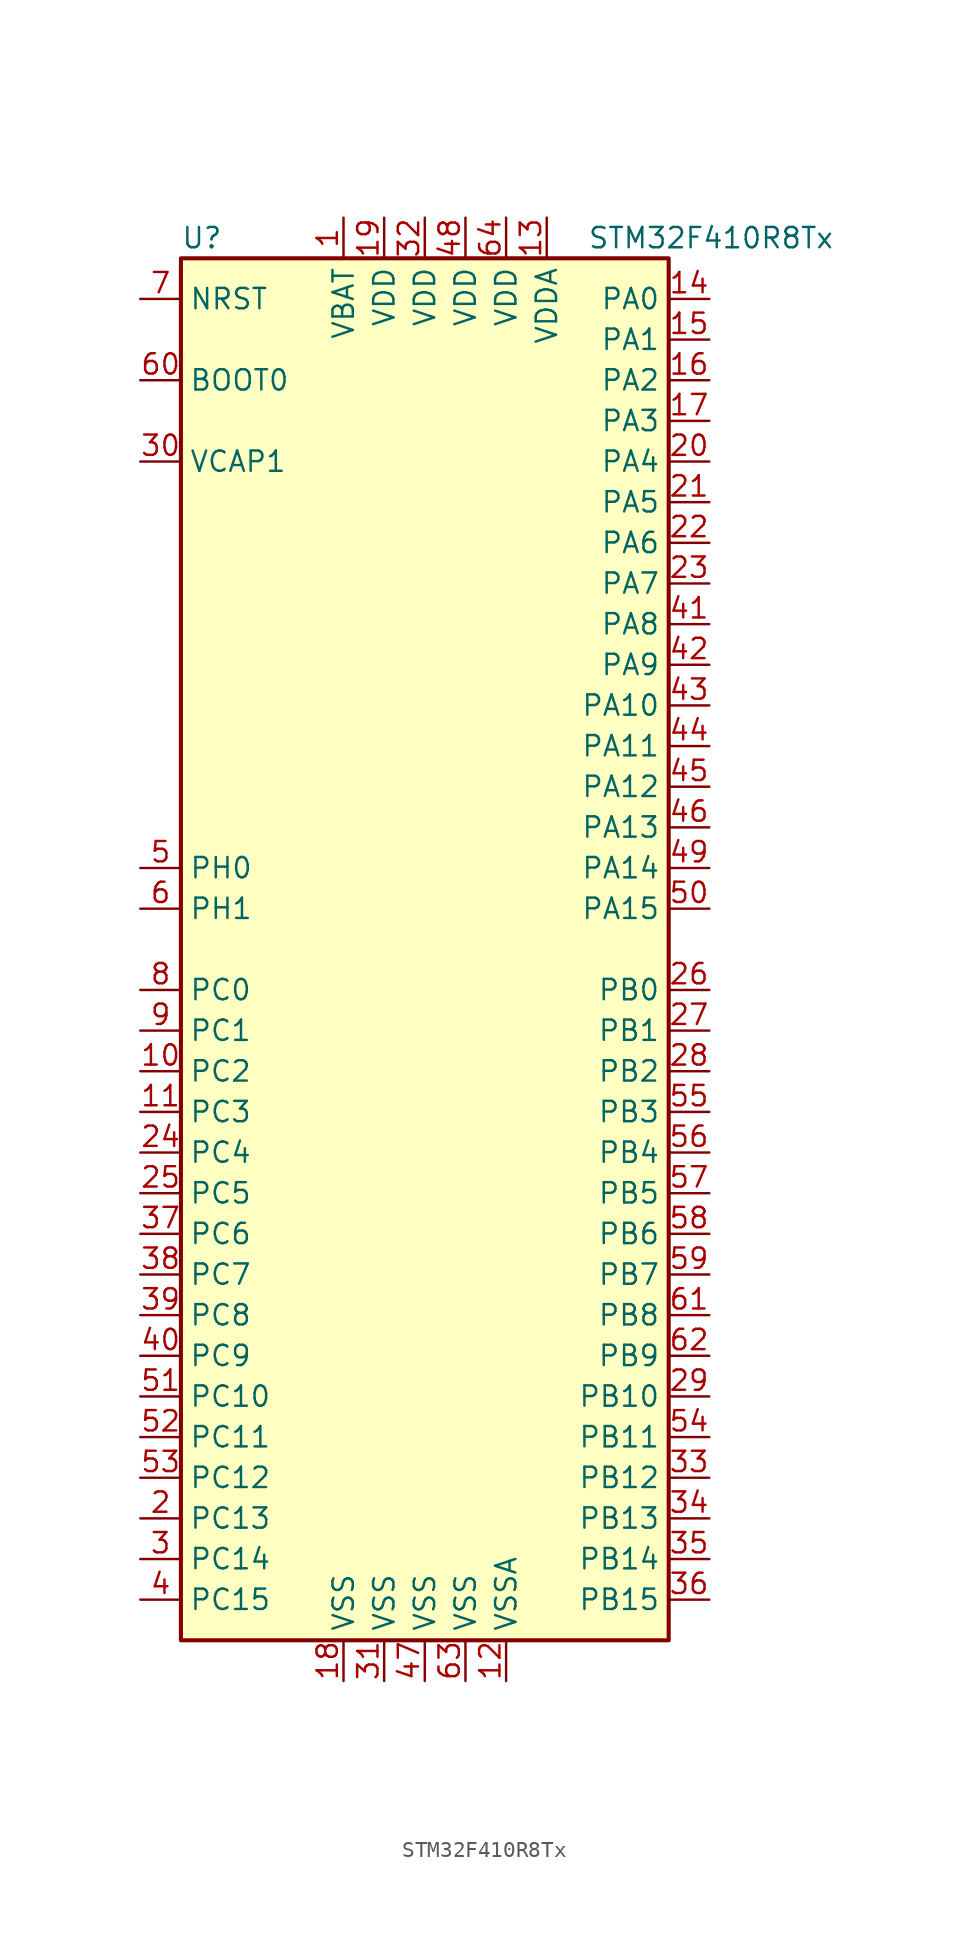
<source format=kicad_sym>
(kicad_symbol_lib
  (version 20220914)
  (generator kicad_symbol_editor)
  (symbol "STM32F410R8Tx"
    (property "Reference" "U"
      (at -15.24 44.45 0)
      (effects (font (size 1.27 1.27)) (justify left)))
    (property "Value" "STM32F410R8Tx"
      (at 10.16 44.45 0)
      (effects (font (size 1.27 1.27)) (justify left)))
    (symbol "STM32F410R8Tx_0_1"
      (rectangle (start -15.24 -43.18) (end 15.24 43.18) (stroke (width 0.254) (type default)) (fill (type background))))
    (symbol "STM32F410R8Tx_1_1"
      (pin power_in line (at -5.08 45.72 270) (length 2.54) (name "VBAT" (effects (font (size 1.27 1.27)))) (number "1" (effects (font (size 1.27 1.27)))))
      (pin bidirectional line (at -17.78 -7.62 0) (length 2.54) (name "PC2" (effects (font (size 1.27 1.27)))) (number "10" (effects (font (size 1.27 1.27)))))
      (pin bidirectional line (at -17.78 -10.16 0) (length 2.54) (name "PC3" (effects (font (size 1.27 1.27)))) (number "11" (effects (font (size 1.27 1.27)))))
      (pin power_in line (at 5.08 -45.72 90) (length 2.54) (name "VSSA" (effects (font (size 1.27 1.27)))) (number "12" (effects (font (size 1.27 1.27)))))
      (pin power_in line (at 7.62 45.72 270) (length 2.54) (name "VDDA" (effects (font (size 1.27 1.27)))) (number "13" (effects (font (size 1.27 1.27)))))
      (pin bidirectional line (at 17.78 40.64 180) (length 2.54) (name "PA0" (effects (font (size 1.27 1.27)))) (number "14" (effects (font (size 1.27 1.27)))))
      (pin bidirectional line (at 17.78 38.1 180) (length 2.54) (name "PA1" (effects (font (size 1.27 1.27)))) (number "15" (effects (font (size 1.27 1.27)))))
      (pin bidirectional line (at 17.78 35.56 180) (length 2.54) (name "PA2" (effects (font (size 1.27 1.27)))) (number "16" (effects (font (size 1.27 1.27)))))
      (pin bidirectional line (at 17.78 33.02 180) (length 2.54) (name "PA3" (effects (font (size 1.27 1.27)))) (number "17" (effects (font (size 1.27 1.27)))))
      (pin power_in line (at -5.08 -45.72 90) (length 2.54) (name "VSS" (effects (font (size 1.27 1.27)))) (number "18" (effects (font (size 1.27 1.27)))))
      (pin power_in line (at -2.54 45.72 270) (length 2.54) (name "VDD" (effects (font (size 1.27 1.27)))) (number "19" (effects (font (size 1.27 1.27)))))
      (pin bidirectional line (at -17.78 -35.56 0) (length 2.54) (name "PC13" (effects (font (size 1.27 1.27)))) (number "2" (effects (font (size 1.27 1.27)))))
      (pin bidirectional line (at 17.78 30.48 180) (length 2.54) (name "PA4" (effects (font (size 1.27 1.27)))) (number "20" (effects (font (size 1.27 1.27)))))
      (pin bidirectional line (at 17.78 27.94 180) (length 2.54) (name "PA5" (effects (font (size 1.27 1.27)))) (number "21" (effects (font (size 1.27 1.27)))))
      (pin bidirectional line (at 17.78 25.4 180) (length 2.54) (name "PA6" (effects (font (size 1.27 1.27)))) (number "22" (effects (font (size 1.27 1.27)))))
      (pin bidirectional line (at 17.78 22.86 180) (length 2.54) (name "PA7" (effects (font (size 1.27 1.27)))) (number "23" (effects (font (size 1.27 1.27)))))
      (pin bidirectional line (at -17.78 -12.7 0) (length 2.54) (name "PC4" (effects (font (size 1.27 1.27)))) (number "24" (effects (font (size 1.27 1.27)))))
      (pin bidirectional line (at -17.78 -15.24 0) (length 2.54) (name "PC5" (effects (font (size 1.27 1.27)))) (number "25" (effects (font (size 1.27 1.27)))))
      (pin bidirectional line (at 17.78 -2.54 180) (length 2.54) (name "PB0" (effects (font (size 1.27 1.27)))) (number "26" (effects (font (size 1.27 1.27)))))
      (pin bidirectional line (at 17.78 -5.08 180) (length 2.54) (name "PB1" (effects (font (size 1.27 1.27)))) (number "27" (effects (font (size 1.27 1.27)))))
      (pin bidirectional line (at 17.78 -7.62 180) (length 2.54) (name "PB2" (effects (font (size 1.27 1.27)))) (number "28" (effects (font (size 1.27 1.27)))))
      (pin bidirectional line (at 17.78 -27.94 180) (length 2.54) (name "PB10" (effects (font (size 1.27 1.27)))) (number "29" (effects (font (size 1.27 1.27)))))
      (pin bidirectional line (at -17.78 -38.1 0) (length 2.54) (name "PC14" (effects (font (size 1.27 1.27)))) (number "3" (effects (font (size 1.27 1.27)))))
      (pin power_in line (at -17.78 30.48 0) (length 2.54) (name "VCAP1" (effects (font (size 1.27 1.27)))) (number "30" (effects (font (size 1.27 1.27)))))
      (pin power_in line (at -2.54 -45.72 90) (length 2.54) (name "VSS" (effects (font (size 1.27 1.27)))) (number "31" (effects (font (size 1.27 1.27)))))
      (pin power_in line (at 0 45.72 270) (length 2.54) (name "VDD" (effects (font (size 1.27 1.27)))) (number "32" (effects (font (size 1.27 1.27)))))
      (pin bidirectional line (at 17.78 -33.02 180) (length 2.54) (name "PB12" (effects (font (size 1.27 1.27)))) (number "33" (effects (font (size 1.27 1.27)))))
      (pin bidirectional line (at 17.78 -35.56 180) (length 2.54) (name "PB13" (effects (font (size 1.27 1.27)))) (number "34" (effects (font (size 1.27 1.27)))))
      (pin bidirectional line (at 17.78 -38.1 180) (length 2.54) (name "PB14" (effects (font (size 1.27 1.27)))) (number "35" (effects (font (size 1.27 1.27)))))
      (pin bidirectional line (at 17.78 -40.64 180) (length 2.54) (name "PB15" (effects (font (size 1.27 1.27)))) (number "36" (effects (font (size 1.27 1.27)))))
      (pin bidirectional line (at -17.78 -17.78 0) (length 2.54) (name "PC6" (effects (font (size 1.27 1.27)))) (number "37" (effects (font (size 1.27 1.27)))))
      (pin bidirectional line (at -17.78 -20.32 0) (length 2.54) (name "PC7" (effects (font (size 1.27 1.27)))) (number "38" (effects (font (size 1.27 1.27)))))
      (pin bidirectional line (at -17.78 -22.86 0) (length 2.54) (name "PC8" (effects (font (size 1.27 1.27)))) (number "39" (effects (font (size 1.27 1.27)))))
      (pin bidirectional line (at -17.78 -40.64 0) (length 2.54) (name "PC15" (effects (font (size 1.27 1.27)))) (number "4" (effects (font (size 1.27 1.27)))))
      (pin bidirectional line (at -17.78 -25.4 0) (length 2.54) (name "PC9" (effects (font (size 1.27 1.27)))) (number "40" (effects (font (size 1.27 1.27)))))
      (pin bidirectional line (at 17.78 20.32 180) (length 2.54) (name "PA8" (effects (font (size 1.27 1.27)))) (number "41" (effects (font (size 1.27 1.27)))))
      (pin bidirectional line (at 17.78 17.78 180) (length 2.54) (name "PA9" (effects (font (size 1.27 1.27)))) (number "42" (effects (font (size 1.27 1.27)))))
      (pin bidirectional line (at 17.78 15.24 180) (length 2.54) (name "PA10" (effects (font (size 1.27 1.27)))) (number "43" (effects (font (size 1.27 1.27)))))
      (pin bidirectional line (at 17.78 12.7 180) (length 2.54) (name "PA11" (effects (font (size 1.27 1.27)))) (number "44" (effects (font (size 1.27 1.27)))))
      (pin bidirectional line (at 17.78 10.16 180) (length 2.54) (name "PA12" (effects (font (size 1.27 1.27)))) (number "45" (effects (font (size 1.27 1.27)))))
      (pin bidirectional line (at 17.78 7.62 180) (length 2.54) (name "PA13" (effects (font (size 1.27 1.27)))) (number "46" (effects (font (size 1.27 1.27)))))
      (pin power_in line (at 0 -45.72 90) (length 2.54) (name "VSS" (effects (font (size 1.27 1.27)))) (number "47" (effects (font (size 1.27 1.27)))))
      (pin power_in line (at 2.54 45.72 270) (length 2.54) (name "VDD" (effects (font (size 1.27 1.27)))) (number "48" (effects (font (size 1.27 1.27)))))
      (pin bidirectional line (at 17.78 5.08 180) (length 2.54) (name "PA14" (effects (font (size 1.27 1.27)))) (number "49" (effects (font (size 1.27 1.27)))))
      (pin input line (at -17.78 5.08 0) (length 2.54) (name "PH0" (effects (font (size 1.27 1.27)))) (number "5" (effects (font (size 1.27 1.27)))))
      (pin bidirectional line (at 17.78 2.54 180) (length 2.54) (name "PA15" (effects (font (size 1.27 1.27)))) (number "50" (effects (font (size 1.27 1.27)))))
      (pin bidirectional line (at -17.78 -27.94 0) (length 2.54) (name "PC10" (effects (font (size 1.27 1.27)))) (number "51" (effects (font (size 1.27 1.27)))))
      (pin bidirectional line (at -17.78 -30.48 0) (length 2.54) (name "PC11" (effects (font (size 1.27 1.27)))) (number "52" (effects (font (size 1.27 1.27)))))
      (pin bidirectional line (at -17.78 -33.02 0) (length 2.54) (name "PC12" (effects (font (size 1.27 1.27)))) (number "53" (effects (font (size 1.27 1.27)))))
      (pin bidirectional line (at 17.78 -30.48 180) (length 2.54) (name "PB11" (effects (font (size 1.27 1.27)))) (number "54" (effects (font (size 1.27 1.27)))))
      (pin bidirectional line (at 17.78 -10.16 180) (length 2.54) (name "PB3" (effects (font (size 1.27 1.27)))) (number "55" (effects (font (size 1.27 1.27)))))
      (pin bidirectional line (at 17.78 -12.7 180) (length 2.54) (name "PB4" (effects (font (size 1.27 1.27)))) (number "56" (effects (font (size 1.27 1.27)))))
      (pin bidirectional line (at 17.78 -15.24 180) (length 2.54) (name "PB5" (effects (font (size 1.27 1.27)))) (number "57" (effects (font (size 1.27 1.27)))))
      (pin bidirectional line (at 17.78 -17.78 180) (length 2.54) (name "PB6" (effects (font (size 1.27 1.27)))) (number "58" (effects (font (size 1.27 1.27)))))
      (pin bidirectional line (at 17.78 -20.32 180) (length 2.54) (name "PB7" (effects (font (size 1.27 1.27)))) (number "59" (effects (font (size 1.27 1.27)))))
      (pin input line (at -17.78 2.54 0) (length 2.54) (name "PH1" (effects (font (size 1.27 1.27)))) (number "6" (effects (font (size 1.27 1.27)))))
      (pin input line (at -17.78 35.56 0) (length 2.54) (name "BOOT0" (effects (font (size 1.27 1.27)))) (number "60" (effects (font (size 1.27 1.27)))))
      (pin bidirectional line (at 17.78 -22.86 180) (length 2.54) (name "PB8" (effects (font (size 1.27 1.27)))) (number "61" (effects (font (size 1.27 1.27)))))
      (pin bidirectional line (at 17.78 -25.4 180) (length 2.54) (name "PB9" (effects (font (size 1.27 1.27)))) (number "62" (effects (font (size 1.27 1.27)))))
      (pin power_in line (at 2.54 -45.72 90) (length 2.54) (name "VSS" (effects (font (size 1.27 1.27)))) (number "63" (effects (font (size 1.27 1.27)))))
      (pin power_in line (at 5.08 45.72 270) (length 2.54) (name "VDD" (effects (font (size 1.27 1.27)))) (number "64" (effects (font (size 1.27 1.27)))))
      (pin input line (at -17.78 40.64 0) (length 2.54) (name "NRST" (effects (font (size 1.27 1.27)))) (number "7" (effects (font (size 1.27 1.27)))))
      (pin bidirectional line (at -17.78 -2.54 0) (length 2.54) (name "PC0" (effects (font (size 1.27 1.27)))) (number "8" (effects (font (size 1.27 1.27)))))
      (pin bidirectional line (at -17.78 -5.08 0) (length 2.54) (name "PC1" (effects (font (size 1.27 1.27)))) (number "9" (effects (font (size 1.27 1.27))))))))
</source>
